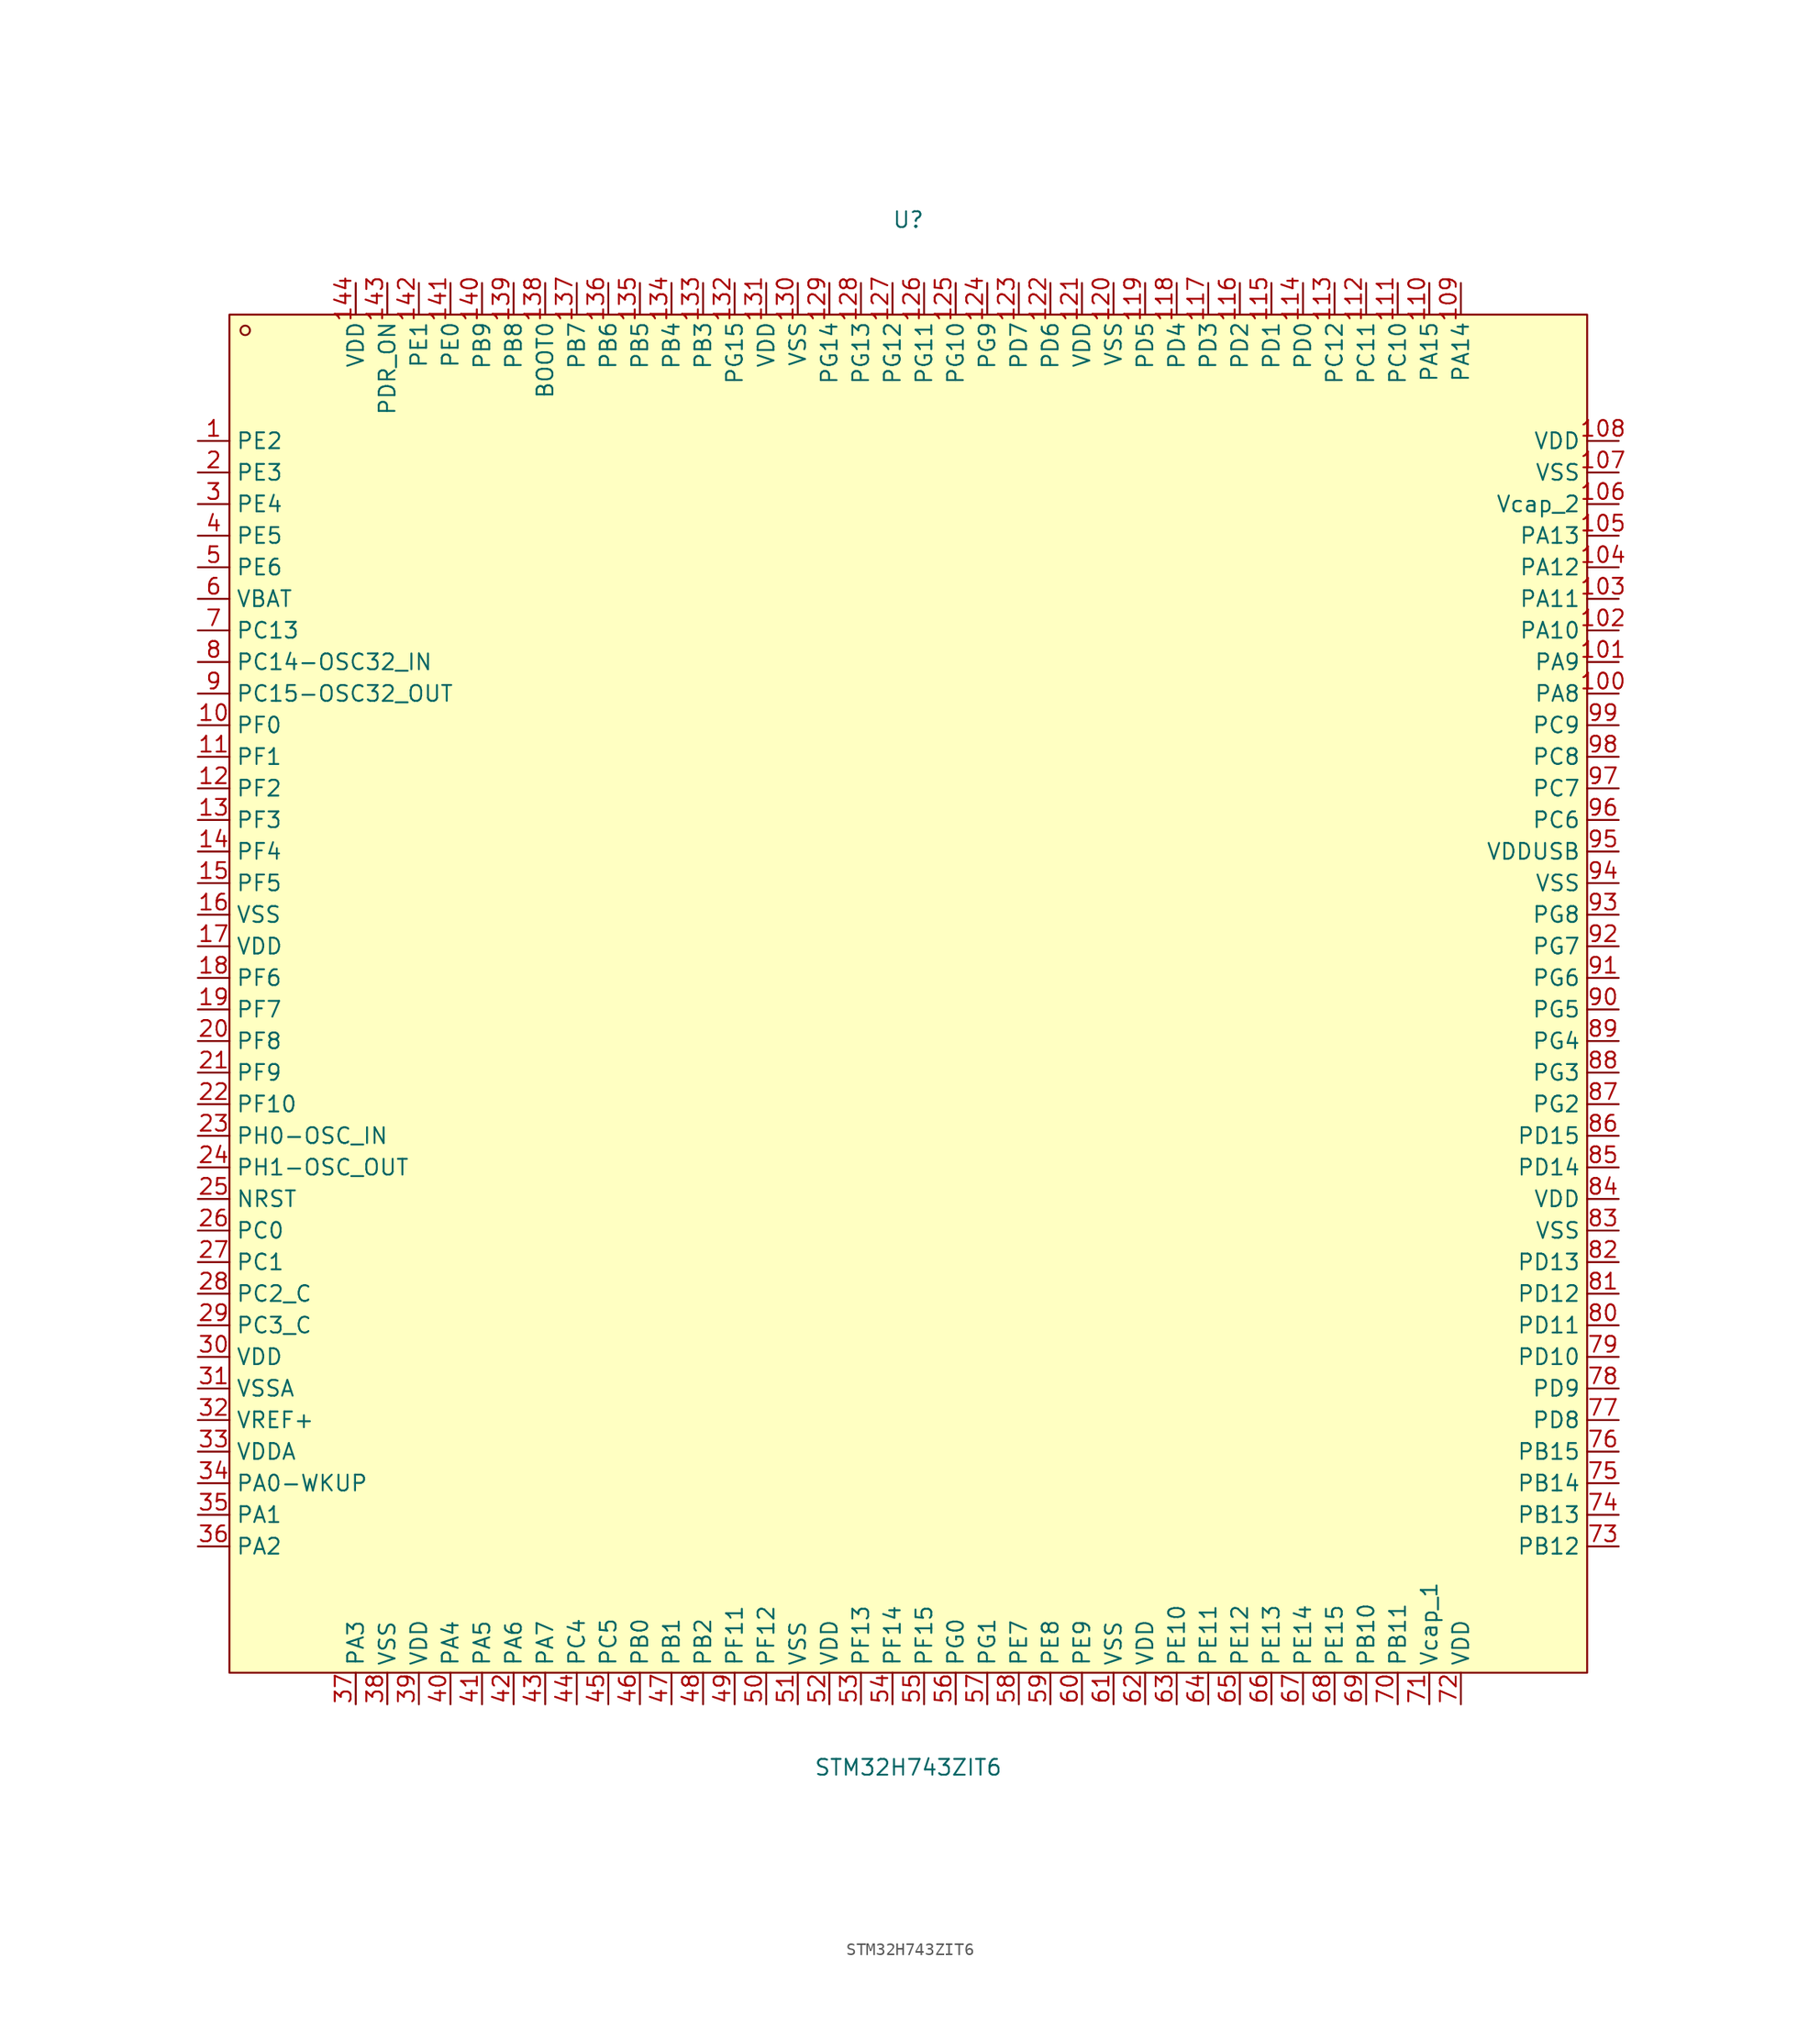
<source format=kicad_sym>
(kicad_symbol_lib
  (version 20211014)
  (generator https://github.com/uPesy/easyeda2kicad.py)
  (symbol "STM32H743ZIT6"
    (property "Reference" "U"
      (at 0 62.23 0)
      (effects (font (size 1.27 1.27))))
    (property "Value" "STM32H743ZIT6"
      (at 0 -62.23 0)
      (effects (font (size 1.27 1.27))))
    (symbol "STM32H743ZIT6_0_1"
      (rectangle (start -54.61 54.61) (end 54.61 -54.61) (stroke (width 0) (type default) (color 0 0 0 0)) (fill (type background)))
      (circle (center -53.34 53.34) (radius 0.38) (stroke (width 0) (type default) (color 0 0 0 0)) (fill (type none)))
      (pin unspecified line (at -57.15 44.45 0) (length 2.54) (name "PE2" (effects (font (size 1.27 1.27)))) (number "1" (effects (font (size 1.27 1.27)))))
      (pin unspecified line (at -57.15 41.91 0) (length 2.54) (name "PE3" (effects (font (size 1.27 1.27)))) (number "2" (effects (font (size 1.27 1.27)))))
      (pin unspecified line (at -57.15 39.37 0) (length 2.54) (name "PE4" (effects (font (size 1.27 1.27)))) (number "3" (effects (font (size 1.27 1.27)))))
      (pin unspecified line (at -57.15 36.83 0) (length 2.54) (name "PE5" (effects (font (size 1.27 1.27)))) (number "4" (effects (font (size 1.27 1.27)))))
      (pin unspecified line (at -57.15 34.29 0) (length 2.54) (name "PE6" (effects (font (size 1.27 1.27)))) (number "5" (effects (font (size 1.27 1.27)))))
      (pin unspecified line (at -57.15 31.75 0) (length 2.54) (name "VBAT" (effects (font (size 1.27 1.27)))) (number "6" (effects (font (size 1.27 1.27)))))
      (pin unspecified line (at -57.15 29.21 0) (length 2.54) (name "PC13" (effects (font (size 1.27 1.27)))) (number "7" (effects (font (size 1.27 1.27)))))
      (pin unspecified line (at -57.15 26.67 0) (length 2.54) (name "PC14-OSC32_IN" (effects (font (size 1.27 1.27)))) (number "8" (effects (font (size 1.27 1.27)))))
      (pin unspecified line (at -57.15 24.13 0) (length 2.54) (name "PC15-OSC32_OUT" (effects (font (size 1.27 1.27)))) (number "9" (effects (font (size 1.27 1.27)))))
      (pin unspecified line (at -57.15 21.59 0) (length 2.54) (name "PF0" (effects (font (size 1.27 1.27)))) (number "10" (effects (font (size 1.27 1.27)))))
      (pin unspecified line (at -57.15 19.05 0) (length 2.54) (name "PF1" (effects (font (size 1.27 1.27)))) (number "11" (effects (font (size 1.27 1.27)))))
      (pin unspecified line (at -57.15 16.51 0) (length 2.54) (name "PF2" (effects (font (size 1.27 1.27)))) (number "12" (effects (font (size 1.27 1.27)))))
      (pin unspecified line (at -57.15 13.97 0) (length 2.54) (name "PF3" (effects (font (size 1.27 1.27)))) (number "13" (effects (font (size 1.27 1.27)))))
      (pin unspecified line (at -57.15 11.43 0) (length 2.54) (name "PF4" (effects (font (size 1.27 1.27)))) (number "14" (effects (font (size 1.27 1.27)))))
      (pin unspecified line (at -57.15 8.89 0) (length 2.54) (name "PF5" (effects (font (size 1.27 1.27)))) (number "15" (effects (font (size 1.27 1.27)))))
      (pin unspecified line (at -57.15 6.35 0) (length 2.54) (name "VSS" (effects (font (size 1.27 1.27)))) (number "16" (effects (font (size 1.27 1.27)))))
      (pin unspecified line (at -57.15 3.81 0) (length 2.54) (name "VDD" (effects (font (size 1.27 1.27)))) (number "17" (effects (font (size 1.27 1.27)))))
      (pin unspecified line (at -57.15 1.27 0) (length 2.54) (name "PF6" (effects (font (size 1.27 1.27)))) (number "18" (effects (font (size 1.27 1.27)))))
      (pin unspecified line (at -57.15 -1.27 0) (length 2.54) (name "PF7" (effects (font (size 1.27 1.27)))) (number "19" (effects (font (size 1.27 1.27)))))
      (pin unspecified line (at -57.15 -3.81 0) (length 2.54) (name "PF8" (effects (font (size 1.27 1.27)))) (number "20" (effects (font (size 1.27 1.27)))))
      (pin unspecified line (at -57.15 -6.35 0) (length 2.54) (name "PF9" (effects (font (size 1.27 1.27)))) (number "21" (effects (font (size 1.27 1.27)))))
      (pin unspecified line (at -57.15 -8.89 0) (length 2.54) (name "PF10" (effects (font (size 1.27 1.27)))) (number "22" (effects (font (size 1.27 1.27)))))
      (pin unspecified line (at -57.15 -11.43 0) (length 2.54) (name "PH0-OSC_IN" (effects (font (size 1.27 1.27)))) (number "23" (effects (font (size 1.27 1.27)))))
      (pin unspecified line (at -57.15 -13.97 0) (length 2.54) (name "PH1-OSC_OUT" (effects (font (size 1.27 1.27)))) (number "24" (effects (font (size 1.27 1.27)))))
      (pin unspecified line (at -57.15 -16.51 0) (length 2.54) (name "NRST" (effects (font (size 1.27 1.27)))) (number "25" (effects (font (size 1.27 1.27)))))
      (pin unspecified line (at -57.15 -19.05 0) (length 2.54) (name "PC0" (effects (font (size 1.27 1.27)))) (number "26" (effects (font (size 1.27 1.27)))))
      (pin unspecified line (at -57.15 -21.59 0) (length 2.54) (name "PC1" (effects (font (size 1.27 1.27)))) (number "27" (effects (font (size 1.27 1.27)))))
      (pin unspecified line (at -57.15 -24.13 0) (length 2.54) (name "PC2_C" (effects (font (size 1.27 1.27)))) (number "28" (effects (font (size 1.27 1.27)))))
      (pin unspecified line (at -57.15 -26.67 0) (length 2.54) (name "PC3_C" (effects (font (size 1.27 1.27)))) (number "29" (effects (font (size 1.27 1.27)))))
      (pin unspecified line (at -57.15 -29.21 0) (length 2.54) (name "VDD" (effects (font (size 1.27 1.27)))) (number "30" (effects (font (size 1.27 1.27)))))
      (pin unspecified line (at -57.15 -31.75 0) (length 2.54) (name "VSSA" (effects (font (size 1.27 1.27)))) (number "31" (effects (font (size 1.27 1.27)))))
      (pin unspecified line (at -57.15 -34.29 0) (length 2.54) (name "VREF+" (effects (font (size 1.27 1.27)))) (number "32" (effects (font (size 1.27 1.27)))))
      (pin unspecified line (at -57.15 -36.83 0) (length 2.54) (name "VDDA" (effects (font (size 1.27 1.27)))) (number "33" (effects (font (size 1.27 1.27)))))
      (pin unspecified line (at -57.15 -39.37 0) (length 2.54) (name "PA0-WKUP" (effects (font (size 1.27 1.27)))) (number "34" (effects (font (size 1.27 1.27)))))
      (pin unspecified line (at -57.15 -41.91 0) (length 2.54) (name "PA1" (effects (font (size 1.27 1.27)))) (number "35" (effects (font (size 1.27 1.27)))))
      (pin unspecified line (at -57.15 -44.45 0) (length 2.54) (name "PA2" (effects (font (size 1.27 1.27)))) (number "36" (effects (font (size 1.27 1.27)))))
      (pin unspecified line (at -44.45 -57.15 90) (length 2.54) (name "PA3" (effects (font (size 1.27 1.27)))) (number "37" (effects (font (size 1.27 1.27)))))
      (pin unspecified line (at -41.91 -57.15 90) (length 2.54) (name "VSS" (effects (font (size 1.27 1.27)))) (number "38" (effects (font (size 1.27 1.27)))))
      (pin unspecified line (at -39.37 -57.15 90) (length 2.54) (name "VDD" (effects (font (size 1.27 1.27)))) (number "39" (effects (font (size 1.27 1.27)))))
      (pin unspecified line (at -36.83 -57.15 90) (length 2.54) (name "PA4" (effects (font (size 1.27 1.27)))) (number "40" (effects (font (size 1.27 1.27)))))
      (pin unspecified line (at -34.29 -57.15 90) (length 2.54) (name "PA5" (effects (font (size 1.27 1.27)))) (number "41" (effects (font (size 1.27 1.27)))))
      (pin unspecified line (at -31.75 -57.15 90) (length 2.54) (name "PA6" (effects (font (size 1.27 1.27)))) (number "42" (effects (font (size 1.27 1.27)))))
      (pin unspecified line (at -29.21 -57.15 90) (length 2.54) (name "PA7" (effects (font (size 1.27 1.27)))) (number "43" (effects (font (size 1.27 1.27)))))
      (pin unspecified line (at -26.67 -57.15 90) (length 2.54) (name "PC4" (effects (font (size 1.27 1.27)))) (number "44" (effects (font (size 1.27 1.27)))))
      (pin unspecified line (at -24.13 -57.15 90) (length 2.54) (name "PC5" (effects (font (size 1.27 1.27)))) (number "45" (effects (font (size 1.27 1.27)))))
      (pin unspecified line (at -21.59 -57.15 90) (length 2.54) (name "PB0" (effects (font (size 1.27 1.27)))) (number "46" (effects (font (size 1.27 1.27)))))
      (pin unspecified line (at -19.05 -57.15 90) (length 2.54) (name "PB1" (effects (font (size 1.27 1.27)))) (number "47" (effects (font (size 1.27 1.27)))))
      (pin unspecified line (at -16.51 -57.15 90) (length 2.54) (name "PB2" (effects (font (size 1.27 1.27)))) (number "48" (effects (font (size 1.27 1.27)))))
      (pin unspecified line (at -13.97 -57.15 90) (length 2.54) (name "PF11" (effects (font (size 1.27 1.27)))) (number "49" (effects (font (size 1.27 1.27)))))
      (pin unspecified line (at -11.43 -57.15 90) (length 2.54) (name "PF12" (effects (font (size 1.27 1.27)))) (number "50" (effects (font (size 1.27 1.27)))))
      (pin unspecified line (at -8.89 -57.15 90) (length 2.54) (name "VSS" (effects (font (size 1.27 1.27)))) (number "51" (effects (font (size 1.27 1.27)))))
      (pin unspecified line (at -6.35 -57.15 90) (length 2.54) (name "VDD" (effects (font (size 1.27 1.27)))) (number "52" (effects (font (size 1.27 1.27)))))
      (pin unspecified line (at -3.81 -57.15 90) (length 2.54) (name "PF13" (effects (font (size 1.27 1.27)))) (number "53" (effects (font (size 1.27 1.27)))))
      (pin unspecified line (at -1.27 -57.15 90) (length 2.54) (name "PF14" (effects (font (size 1.27 1.27)))) (number "54" (effects (font (size 1.27 1.27)))))
      (pin unspecified line (at 1.27 -57.15 90) (length 2.54) (name "PF15" (effects (font (size 1.27 1.27)))) (number "55" (effects (font (size 1.27 1.27)))))
      (pin unspecified line (at 3.81 -57.15 90) (length 2.54) (name "PG0" (effects (font (size 1.27 1.27)))) (number "56" (effects (font (size 1.27 1.27)))))
      (pin unspecified line (at 6.35 -57.15 90) (length 2.54) (name "PG1" (effects (font (size 1.27 1.27)))) (number "57" (effects (font (size 1.27 1.27)))))
      (pin unspecified line (at 8.89 -57.15 90) (length 2.54) (name "PE7" (effects (font (size 1.27 1.27)))) (number "58" (effects (font (size 1.27 1.27)))))
      (pin unspecified line (at 11.43 -57.15 90) (length 2.54) (name "PE8" (effects (font (size 1.27 1.27)))) (number "59" (effects (font (size 1.27 1.27)))))
      (pin unspecified line (at 13.97 -57.15 90) (length 2.54) (name "PE9" (effects (font (size 1.27 1.27)))) (number "60" (effects (font (size 1.27 1.27)))))
      (pin unspecified line (at 16.51 -57.15 90) (length 2.54) (name "VSS" (effects (font (size 1.27 1.27)))) (number "61" (effects (font (size 1.27 1.27)))))
      (pin unspecified line (at 19.05 -57.15 90) (length 2.54) (name "VDD" (effects (font (size 1.27 1.27)))) (number "62" (effects (font (size 1.27 1.27)))))
      (pin unspecified line (at 21.59 -57.15 90) (length 2.54) (name "PE10" (effects (font (size 1.27 1.27)))) (number "63" (effects (font (size 1.27 1.27)))))
      (pin unspecified line (at 24.13 -57.15 90) (length 2.54) (name "PE11" (effects (font (size 1.27 1.27)))) (number "64" (effects (font (size 1.27 1.27)))))
      (pin unspecified line (at 26.67 -57.15 90) (length 2.54) (name "PE12" (effects (font (size 1.27 1.27)))) (number "65" (effects (font (size 1.27 1.27)))))
      (pin unspecified line (at 29.21 -57.15 90) (length 2.54) (name "PE13" (effects (font (size 1.27 1.27)))) (number "66" (effects (font (size 1.27 1.27)))))
      (pin unspecified line (at 31.75 -57.15 90) (length 2.54) (name "PE14" (effects (font (size 1.27 1.27)))) (number "67" (effects (font (size 1.27 1.27)))))
      (pin unspecified line (at 34.29 -57.15 90) (length 2.54) (name "PE15" (effects (font (size 1.27 1.27)))) (number "68" (effects (font (size 1.27 1.27)))))
      (pin unspecified line (at 36.83 -57.15 90) (length 2.54) (name "PB10" (effects (font (size 1.27 1.27)))) (number "69" (effects (font (size 1.27 1.27)))))
      (pin unspecified line (at 39.37 -57.15 90) (length 2.54) (name "PB11" (effects (font (size 1.27 1.27)))) (number "70" (effects (font (size 1.27 1.27)))))
      (pin unspecified line (at 41.91 -57.15 90) (length 2.54) (name "Vcap_1" (effects (font (size 1.27 1.27)))) (number "71" (effects (font (size 1.27 1.27)))))
      (pin unspecified line (at 44.45 -57.15 90) (length 2.54) (name "VDD" (effects (font (size 1.27 1.27)))) (number "72" (effects (font (size 1.27 1.27)))))
      (pin unspecified line (at 57.15 -44.45 180) (length 2.54) (name "PB12" (effects (font (size 1.27 1.27)))) (number "73" (effects (font (size 1.27 1.27)))))
      (pin unspecified line (at 57.15 -41.91 180) (length 2.54) (name "PB13" (effects (font (size 1.27 1.27)))) (number "74" (effects (font (size 1.27 1.27)))))
      (pin unspecified line (at 57.15 -39.37 180) (length 2.54) (name "PB14" (effects (font (size 1.27 1.27)))) (number "75" (effects (font (size 1.27 1.27)))))
      (pin unspecified line (at 57.15 -36.83 180) (length 2.54) (name "PB15" (effects (font (size 1.27 1.27)))) (number "76" (effects (font (size 1.27 1.27)))))
      (pin unspecified line (at 57.15 -34.29 180) (length 2.54) (name "PD8" (effects (font (size 1.27 1.27)))) (number "77" (effects (font (size 1.27 1.27)))))
      (pin unspecified line (at 57.15 -31.75 180) (length 2.54) (name "PD9" (effects (font (size 1.27 1.27)))) (number "78" (effects (font (size 1.27 1.27)))))
      (pin unspecified line (at 57.15 -29.21 180) (length 2.54) (name "PD10" (effects (font (size 1.27 1.27)))) (number "79" (effects (font (size 1.27 1.27)))))
      (pin unspecified line (at 57.15 -26.67 180) (length 2.54) (name "PD11" (effects (font (size 1.27 1.27)))) (number "80" (effects (font (size 1.27 1.27)))))
      (pin unspecified line (at 57.15 -24.13 180) (length 2.54) (name "PD12" (effects (font (size 1.27 1.27)))) (number "81" (effects (font (size 1.27 1.27)))))
      (pin unspecified line (at 57.15 -21.59 180) (length 2.54) (name "PD13" (effects (font (size 1.27 1.27)))) (number "82" (effects (font (size 1.27 1.27)))))
      (pin unspecified line (at 57.15 -19.05 180) (length 2.54) (name "VSS" (effects (font (size 1.27 1.27)))) (number "83" (effects (font (size 1.27 1.27)))))
      (pin unspecified line (at 57.15 -16.51 180) (length 2.54) (name "VDD" (effects (font (size 1.27 1.27)))) (number "84" (effects (font (size 1.27 1.27)))))
      (pin unspecified line (at 57.15 -13.97 180) (length 2.54) (name "PD14" (effects (font (size 1.27 1.27)))) (number "85" (effects (font (size 1.27 1.27)))))
      (pin unspecified line (at 57.15 -11.43 180) (length 2.54) (name "PD15" (effects (font (size 1.27 1.27)))) (number "86" (effects (font (size 1.27 1.27)))))
      (pin unspecified line (at 57.15 -8.89 180) (length 2.54) (name "PG2" (effects (font (size 1.27 1.27)))) (number "87" (effects (font (size 1.27 1.27)))))
      (pin unspecified line (at 57.15 -6.35 180) (length 2.54) (name "PG3" (effects (font (size 1.27 1.27)))) (number "88" (effects (font (size 1.27 1.27)))))
      (pin unspecified line (at 57.15 -3.81 180) (length 2.54) (name "PG4" (effects (font (size 1.27 1.27)))) (number "89" (effects (font (size 1.27 1.27)))))
      (pin unspecified line (at 57.15 -1.27 180) (length 2.54) (name "PG5" (effects (font (size 1.27 1.27)))) (number "90" (effects (font (size 1.27 1.27)))))
      (pin unspecified line (at 57.15 1.27 180) (length 2.54) (name "PG6" (effects (font (size 1.27 1.27)))) (number "91" (effects (font (size 1.27 1.27)))))
      (pin unspecified line (at 57.15 3.81 180) (length 2.54) (name "PG7" (effects (font (size 1.27 1.27)))) (number "92" (effects (font (size 1.27 1.27)))))
      (pin unspecified line (at 57.15 6.35 180) (length 2.54) (name "PG8" (effects (font (size 1.27 1.27)))) (number "93" (effects (font (size 1.27 1.27)))))
      (pin unspecified line (at 57.15 8.89 180) (length 2.54) (name "VSS" (effects (font (size 1.27 1.27)))) (number "94" (effects (font (size 1.27 1.27)))))
      (pin unspecified line (at 57.15 11.43 180) (length 2.54) (name "VDDUSB" (effects (font (size 1.27 1.27)))) (number "95" (effects (font (size 1.27 1.27)))))
      (pin unspecified line (at 57.15 13.97 180) (length 2.54) (name "PC6" (effects (font (size 1.27 1.27)))) (number "96" (effects (font (size 1.27 1.27)))))
      (pin unspecified line (at 57.15 16.51 180) (length 2.54) (name "PC7" (effects (font (size 1.27 1.27)))) (number "97" (effects (font (size 1.27 1.27)))))
      (pin unspecified line (at 57.15 19.05 180) (length 2.54) (name "PC8" (effects (font (size 1.27 1.27)))) (number "98" (effects (font (size 1.27 1.27)))))
      (pin unspecified line (at 57.15 21.59 180) (length 2.54) (name "PC9" (effects (font (size 1.27 1.27)))) (number "99" (effects (font (size 1.27 1.27)))))
      (pin unspecified line (at 57.15 24.13 180) (length 2.54) (name "PA8" (effects (font (size 1.27 1.27)))) (number "100" (effects (font (size 1.27 1.27)))))
      (pin unspecified line (at 57.15 26.67 180) (length 2.54) (name "PA9" (effects (font (size 1.27 1.27)))) (number "101" (effects (font (size 1.27 1.27)))))
      (pin unspecified line (at 57.15 29.21 180) (length 2.54) (name "PA10" (effects (font (size 1.27 1.27)))) (number "102" (effects (font (size 1.27 1.27)))))
      (pin unspecified line (at 57.15 31.75 180) (length 2.54) (name "PA11" (effects (font (size 1.27 1.27)))) (number "103" (effects (font (size 1.27 1.27)))))
      (pin unspecified line (at 57.15 34.29 180) (length 2.54) (name "PA12" (effects (font (size 1.27 1.27)))) (number "104" (effects (font (size 1.27 1.27)))))
      (pin unspecified line (at 57.15 36.83 180) (length 2.54) (name "PA13" (effects (font (size 1.27 1.27)))) (number "105" (effects (font (size 1.27 1.27)))))
      (pin unspecified line (at 57.15 39.37 180) (length 2.54) (name "Vcap_2" (effects (font (size 1.27 1.27)))) (number "106" (effects (font (size 1.27 1.27)))))
      (pin unspecified line (at 57.15 41.91 180) (length 2.54) (name "VSS" (effects (font (size 1.27 1.27)))) (number "107" (effects (font (size 1.27 1.27)))))
      (pin unspecified line (at 57.15 44.45 180) (length 2.54) (name "VDD" (effects (font (size 1.27 1.27)))) (number "108" (effects (font (size 1.27 1.27)))))
      (pin unspecified line (at 44.45 57.15 270) (length 2.54) (name "PA14" (effects (font (size 1.27 1.27)))) (number "109" (effects (font (size 1.27 1.27)))))
      (pin unspecified line (at 41.91 57.15 270) (length 2.54) (name "PA15" (effects (font (size 1.27 1.27)))) (number "110" (effects (font (size 1.27 1.27)))))
      (pin unspecified line (at 39.37 57.15 270) (length 2.54) (name "PC10" (effects (font (size 1.27 1.27)))) (number "111" (effects (font (size 1.27 1.27)))))
      (pin unspecified line (at 36.83 57.15 270) (length 2.54) (name "PC11" (effects (font (size 1.27 1.27)))) (number "112" (effects (font (size 1.27 1.27)))))
      (pin unspecified line (at 34.29 57.15 270) (length 2.54) (name "PC12" (effects (font (size 1.27 1.27)))) (number "113" (effects (font (size 1.27 1.27)))))
      (pin unspecified line (at 31.75 57.15 270) (length 2.54) (name "PD0" (effects (font (size 1.27 1.27)))) (number "114" (effects (font (size 1.27 1.27)))))
      (pin unspecified line (at 29.21 57.15 270) (length 2.54) (name "PD1" (effects (font (size 1.27 1.27)))) (number "115" (effects (font (size 1.27 1.27)))))
      (pin unspecified line (at 26.67 57.15 270) (length 2.54) (name "PD2" (effects (font (size 1.27 1.27)))) (number "116" (effects (font (size 1.27 1.27)))))
      (pin unspecified line (at 24.13 57.15 270) (length 2.54) (name "PD3" (effects (font (size 1.27 1.27)))) (number "117" (effects (font (size 1.27 1.27)))))
      (pin unspecified line (at 21.59 57.15 270) (length 2.54) (name "PD4" (effects (font (size 1.27 1.27)))) (number "118" (effects (font (size 1.27 1.27)))))
      (pin unspecified line (at 19.05 57.15 270) (length 2.54) (name "PD5" (effects (font (size 1.27 1.27)))) (number "119" (effects (font (size 1.27 1.27)))))
      (pin unspecified line (at 16.51 57.15 270) (length 2.54) (name "VSS" (effects (font (size 1.27 1.27)))) (number "120" (effects (font (size 1.27 1.27)))))
      (pin unspecified line (at 13.97 57.15 270) (length 2.54) (name "VDD" (effects (font (size 1.27 1.27)))) (number "121" (effects (font (size 1.27 1.27)))))
      (pin unspecified line (at 11.43 57.15 270) (length 2.54) (name "PD6" (effects (font (size 1.27 1.27)))) (number "122" (effects (font (size 1.27 1.27)))))
      (pin unspecified line (at 8.89 57.15 270) (length 2.54) (name "PD7" (effects (font (size 1.27 1.27)))) (number "123" (effects (font (size 1.27 1.27)))))
      (pin unspecified line (at 6.35 57.15 270) (length 2.54) (name "PG9" (effects (font (size 1.27 1.27)))) (number "124" (effects (font (size 1.27 1.27)))))
      (pin unspecified line (at 3.81 57.15 270) (length 2.54) (name "PG10" (effects (font (size 1.27 1.27)))) (number "125" (effects (font (size 1.27 1.27)))))
      (pin unspecified line (at 1.27 57.15 270) (length 2.54) (name "PG11" (effects (font (size 1.27 1.27)))) (number "126" (effects (font (size 1.27 1.27)))))
      (pin unspecified line (at -1.27 57.15 270) (length 2.54) (name "PG12" (effects (font (size 1.27 1.27)))) (number "127" (effects (font (size 1.27 1.27)))))
      (pin unspecified line (at -3.81 57.15 270) (length 2.54) (name "PG13" (effects (font (size 1.27 1.27)))) (number "128" (effects (font (size 1.27 1.27)))))
      (pin unspecified line (at -6.35 57.15 270) (length 2.54) (name "PG14" (effects (font (size 1.27 1.27)))) (number "129" (effects (font (size 1.27 1.27)))))
      (pin unspecified line (at -8.89 57.15 270) (length 2.54) (name "VSS" (effects (font (size 1.27 1.27)))) (number "130" (effects (font (size 1.27 1.27)))))
      (pin unspecified line (at -11.43 57.15 270) (length 2.54) (name "VDD" (effects (font (size 1.27 1.27)))) (number "131" (effects (font (size 1.27 1.27)))))
      (pin unspecified line (at -13.97 57.15 270) (length 2.54) (name "PG15" (effects (font (size 1.27 1.27)))) (number "132" (effects (font (size 1.27 1.27)))))
      (pin unspecified line (at -16.51 57.15 270) (length 2.54) (name "PB3" (effects (font (size 1.27 1.27)))) (number "133" (effects (font (size 1.27 1.27)))))
      (pin unspecified line (at -19.05 57.15 270) (length 2.54) (name "PB4" (effects (font (size 1.27 1.27)))) (number "134" (effects (font (size 1.27 1.27)))))
      (pin unspecified line (at -21.59 57.15 270) (length 2.54) (name "PB5" (effects (font (size 1.27 1.27)))) (number "135" (effects (font (size 1.27 1.27)))))
      (pin unspecified line (at -24.13 57.15 270) (length 2.54) (name "PB6" (effects (font (size 1.27 1.27)))) (number "136" (effects (font (size 1.27 1.27)))))
      (pin unspecified line (at -26.67 57.15 270) (length 2.54) (name "PB7" (effects (font (size 1.27 1.27)))) (number "137" (effects (font (size 1.27 1.27)))))
      (pin unspecified line (at -29.21 57.15 270) (length 2.54) (name "BOOT0" (effects (font (size 1.27 1.27)))) (number "138" (effects (font (size 1.27 1.27)))))
      (pin unspecified line (at -31.75 57.15 270) (length 2.54) (name "PB8" (effects (font (size 1.27 1.27)))) (number "139" (effects (font (size 1.27 1.27)))))
      (pin unspecified line (at -34.29 57.15 270) (length 2.54) (name "PB9" (effects (font (size 1.27 1.27)))) (number "140" (effects (font (size 1.27 1.27)))))
      (pin unspecified line (at -36.83 57.15 270) (length 2.54) (name "PE0" (effects (font (size 1.27 1.27)))) (number "141" (effects (font (size 1.27 1.27)))))
      (pin unspecified line (at -39.37 57.15 270) (length 2.54) (name "PE1" (effects (font (size 1.27 1.27)))) (number "142" (effects (font (size 1.27 1.27)))))
      (pin unspecified line (at -41.91 57.15 270) (length 2.54) (name "PDR_ON" (effects (font (size 1.27 1.27)))) (number "143" (effects (font (size 1.27 1.27)))))
      (pin unspecified line (at -44.45 57.15 270) (length 2.54) (name "VDD" (effects (font (size 1.27 1.27)))) (number "144" (effects (font (size 1.27 1.27))))))))
</source>
